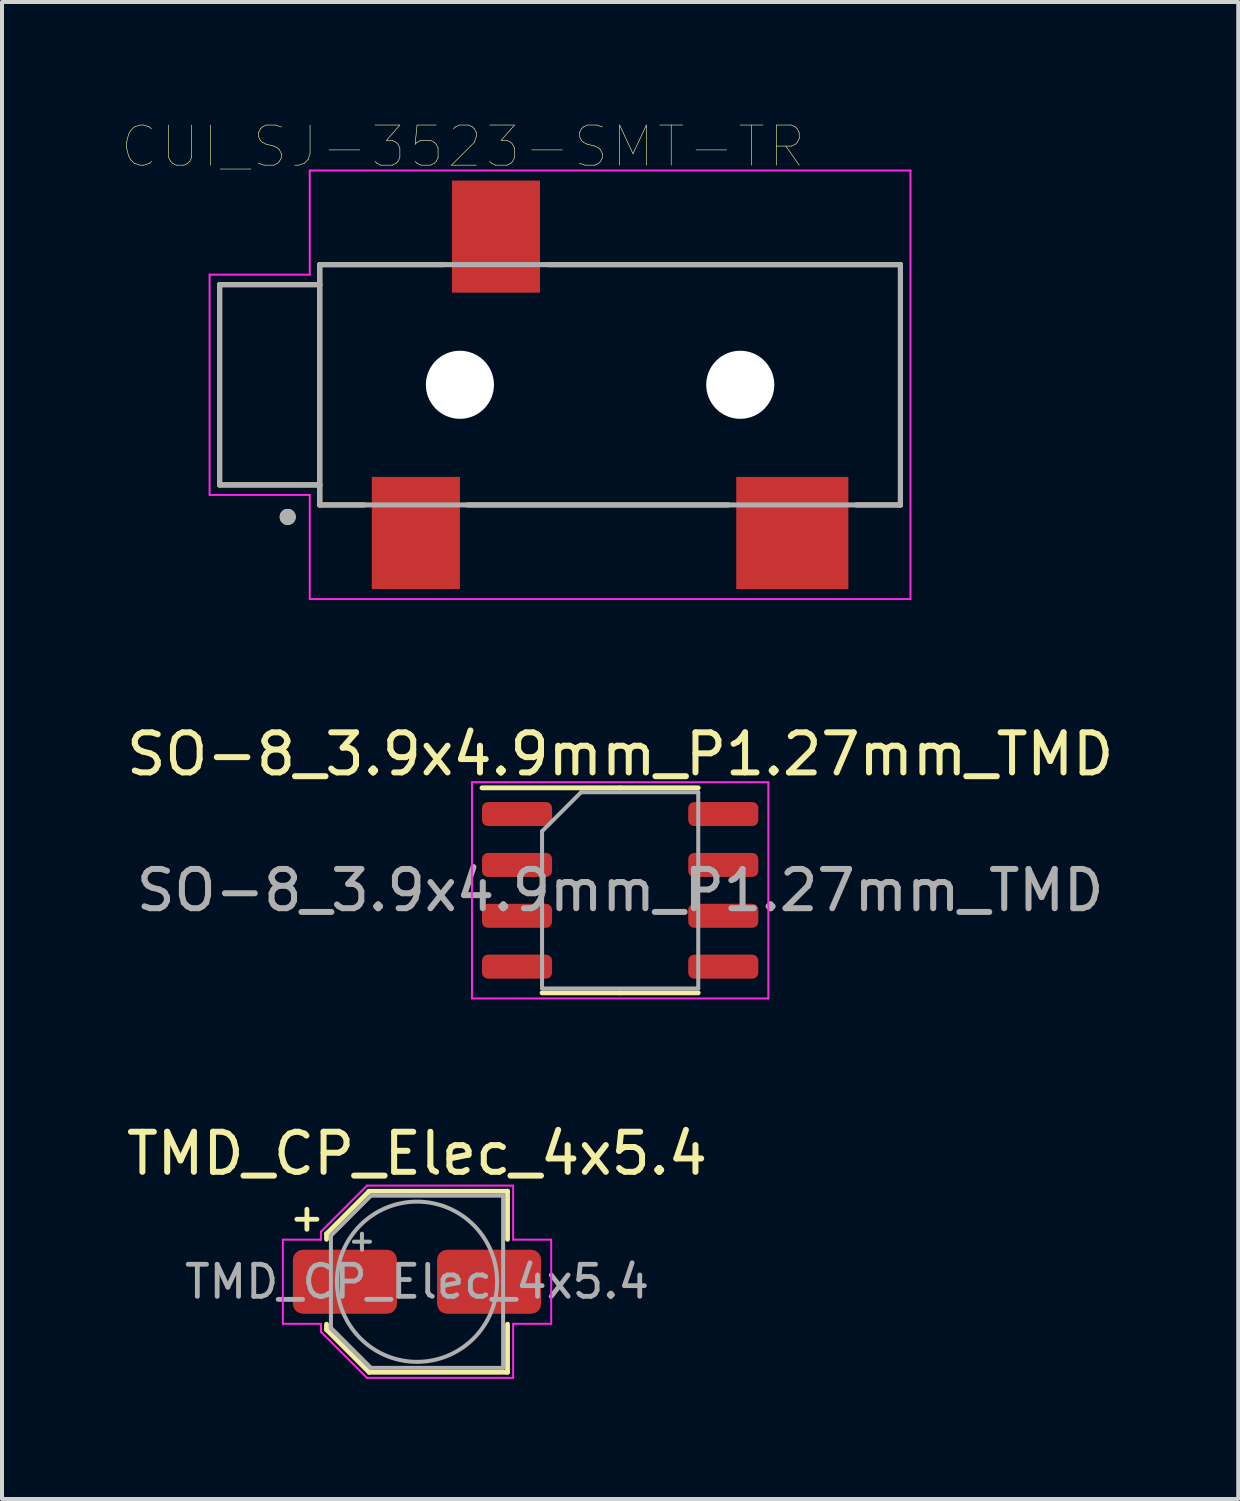
<source format=kicad_pcb>
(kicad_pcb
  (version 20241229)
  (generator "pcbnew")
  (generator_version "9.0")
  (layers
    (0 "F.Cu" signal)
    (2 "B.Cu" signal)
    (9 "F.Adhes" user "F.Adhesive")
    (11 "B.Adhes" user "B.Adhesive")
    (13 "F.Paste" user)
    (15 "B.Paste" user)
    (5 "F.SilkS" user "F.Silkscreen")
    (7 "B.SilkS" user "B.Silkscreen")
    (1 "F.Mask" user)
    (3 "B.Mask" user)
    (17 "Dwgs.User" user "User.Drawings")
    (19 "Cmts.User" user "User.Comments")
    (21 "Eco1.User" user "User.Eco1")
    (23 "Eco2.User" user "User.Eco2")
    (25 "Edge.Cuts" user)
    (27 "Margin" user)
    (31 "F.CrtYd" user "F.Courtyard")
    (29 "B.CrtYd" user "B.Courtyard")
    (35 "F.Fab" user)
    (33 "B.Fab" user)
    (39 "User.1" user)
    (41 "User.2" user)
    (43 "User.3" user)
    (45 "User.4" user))
  (footprint "CUI_SJ-3523-SMT-TR"
    (layer "F.Cu")
    (at 8.434 6.558)
    (property "Reference" "CUI_SJ-3523-SMT-TR" (at 0.075 -5.946 0) (layer "F.SilkS") (effects (font (size 1.002 1.002) (thickness 0.015))))
    (attr through_hole)
    (fp_line (start -6 -2.5) (end -6 2.5) (stroke (width 0.127) (type solid)) (layer "F.SilkS"))
    (fp_line (start -6 2.5) (end -3.5 2.5) (stroke (width 0.127) (type solid)) (layer "F.SilkS"))
    (fp_line (start -3.5 -3) (end -0.4 -3) (stroke (width 0.127) (type solid)) (layer "F.SilkS"))
    (fp_line (start -3.5 -2.5) (end -6 -2.5) (stroke (width 0.127) (type solid)) (layer "F.SilkS"))
    (fp_line (start -3.5 -2.5) (end -3.5 -3) (stroke (width 0.127) (type solid)) (layer "F.SilkS"))
    (fp_line (start -3.5 2.5) (end -3.5 -2.5) (stroke (width 0.127) (type solid)) (layer "F.SilkS"))
    (fp_line (start -3.5 3) (end -3.5 2.5) (stroke (width 0.127) (type solid)) (layer "F.SilkS"))
    (fp_line (start -3.5 3) (end -2.4 3) (stroke (width 0.127) (type solid)) (layer "F.SilkS"))
    (fp_line (start 0.2 3) (end 6.7 3) (stroke (width 0.127) (type solid)) (layer "F.SilkS"))
    (fp_line (start 2.2 -3) (end 11 -3) (stroke (width 0.127) (type solid)) (layer "F.SilkS"))
    (fp_line (start 9.9 3) (end 11 3) (stroke (width 0.127) (type solid)) (layer "F.SilkS"))
    (fp_line (start 11 -3) (end 11 3) (stroke (width 0.127) (type solid)) (layer "F.SilkS"))
    (fp_circle (center -4.3 3.3) (end -4.2 3.3) (stroke (width 0.2) (type solid)) (fill no) (layer "F.SilkS"))
    (fp_line (start -6.25 -2.75) (end -6.25 2.75) (stroke (width 0.05) (type solid)) (layer "F.CrtYd"))
    (fp_line (start -6.25 2.75) (end -3.75 2.75) (stroke (width 0.05) (type solid)) (layer "F.CrtYd"))
    (fp_line (start -3.75 -5.35) (end -3.75 -2.75) (stroke (width 0.05) (type solid)) (layer "F.CrtYd"))
    (fp_line (start -3.75 -5.35) (end 11.25 -5.35) (stroke (width 0.05) (type solid)) (layer "F.CrtYd"))
    (fp_line (start -3.75 -2.75) (end -6.25 -2.75) (stroke (width 0.05) (type solid)) (layer "F.CrtYd"))
    (fp_line (start -3.75 2.75) (end -3.75 5.35) (stroke (width 0.05) (type solid)) (layer "F.CrtYd"))
    (fp_line (start 11.25 -5.35) (end 11.25 5.35) (stroke (width 0.05) (type solid)) (layer "F.CrtYd"))
    (fp_line (start 11.25 5.35) (end -3.75 5.35) (stroke (width 0.05) (type solid)) (layer "F.CrtYd"))
    (fp_line (start -6 -2.5) (end -6 2.5) (stroke (width 0.127) (type solid)) (layer "F.Fab"))
    (fp_line (start -6 2.5) (end -3.5 2.5) (stroke (width 0.127) (type solid)) (layer "F.Fab"))
    (fp_line (start -3.5 -3) (end 11 -3) (stroke (width 0.127) (type solid)) (layer "F.Fab"))
    (fp_line (start -3.5 -2.5) (end -6 -2.5) (stroke (width 0.127) (type solid)) (layer "F.Fab"))
    (fp_line (start -3.5 3) (end -3.5 -3) (stroke (width 0.127) (type solid)) (layer "F.Fab"))
    (fp_line (start 11 -3) (end 11 3) (stroke (width 0.127) (type solid)) (layer "F.Fab"))
    (fp_line (start 11 3) (end -3.5 3) (stroke (width 0.127) (type solid)) (layer "F.Fab"))
    (fp_circle (center -4.3 3.3) (end -4.2 3.3) (stroke (width 0.2) (type solid)) (fill no) (layer "F.Fab"))
    (pad "" np_thru_hole circle (at 0 0) (size 1.7 1.7) (drill 1.7) (layers "*.Cu" "*.Mask"))
    (pad "" np_thru_hole circle (at 7 0) (size 1.7 1.7) (drill 1.7) (layers "*.Cu" "*.Mask"))
    (pad "1" smd rect (at -1.1 3.7) (size 2.2 2.8) (layers "F.Cu" "F.Mask" "F.Paste"))
    (pad "2" smd rect (at 8.3 3.7) (size 2.8 2.8) (layers "F.Cu" "F.Mask" "F.Paste"))
    (pad "3" smd rect (at 0.9 -3.7) (size 2.2 2.8) (layers "F.Cu" "F.Mask" "F.Paste")))
  (footprint "SO-8_3.9x4.9mm_P1.27mm_TMD"
    (layer "F.Cu")
    (at 12.435 19.182)
    (property "Reference" "SO-8_3.9x4.9mm_P1.27mm_TMD" (at 0 -3.4 0) (layer "F.SilkS") (effects (font (size 1 1) (thickness 0.15))))
    (attr smd)
    (fp_line (start 0 -2.56) (end -3.45 -2.56) (stroke (width 0.12) (type solid)) (layer "F.SilkS"))
    (fp_line (start 0 -2.56) (end 1.95 -2.56) (stroke (width 0.12) (type solid)) (layer "F.SilkS"))
    (fp_line (start 0 2.56) (end -1.95 2.56) (stroke (width 0.12) (type solid)) (layer "F.SilkS"))
    (fp_line (start 0 2.56) (end 1.95 2.56) (stroke (width 0.12) (type solid)) (layer "F.SilkS"))
    (fp_line (start -3.7 -2.7) (end -3.7 2.7) (stroke (width 0.05) (type solid)) (layer "F.CrtYd"))
    (fp_line (start -3.7 2.7) (end 3.7 2.7) (stroke (width 0.05) (type solid)) (layer "F.CrtYd"))
    (fp_line (start 3.7 -2.7) (end -3.7 -2.7) (stroke (width 0.05) (type solid)) (layer "F.CrtYd"))
    (fp_line (start 3.7 2.7) (end 3.7 -2.7) (stroke (width 0.05) (type solid)) (layer "F.CrtYd"))
    (fp_line (start -1.95 -1.475) (end -0.975 -2.45) (stroke (width 0.1) (type solid)) (layer "F.Fab"))
    (fp_line (start -1.95 2.45) (end -1.95 -1.475) (stroke (width 0.1) (type solid)) (layer "F.Fab"))
    (fp_line (start -0.975 -2.45) (end 1.95 -2.45) (stroke (width 0.1) (type solid)) (layer "F.Fab"))
    (fp_line (start 1.95 -2.45) (end 1.95 2.45) (stroke (width 0.1) (type solid)) (layer "F.Fab"))
    (fp_line (start 1.95 2.45) (end -1.95 2.45) (stroke (width 0.1) (type solid)) (layer "F.Fab"))
    (fp_text user "${REFERENCE}" (at 0 0 0) (layer "F.Fab") (effects (font (size 0.98 0.98) (thickness 0.15))))
    (pad "1" smd roundrect (at -2.575 -1.905) (size 1.75 0.6) (layers "F.Cu" "F.Mask" "F.Paste") (roundrect_rratio 0.25))
    (pad "2" smd roundrect (at -2.575 -0.635) (size 1.75 0.6) (layers "F.Cu" "F.Mask" "F.Paste") (roundrect_rratio 0.25))
    (pad "3" smd roundrect (at -2.575 0.635) (size 1.75 0.6) (layers "F.Cu" "F.Mask" "F.Paste") (roundrect_rratio 0.25))
    (pad "4" smd roundrect (at -2.575 1.905) (size 1.75 0.6) (layers "F.Cu" "F.Mask" "F.Paste") (roundrect_rratio 0.25))
    (pad "5" smd roundrect (at 2.575 1.905) (size 1.75 0.6) (layers "F.Cu" "F.Mask" "F.Paste") (roundrect_rratio 0.25))
    (pad "6" smd roundrect (at 2.575 0.635) (size 1.75 0.6) (layers "F.Cu" "F.Mask" "F.Paste") (roundrect_rratio 0.25))
    (pad "7" smd roundrect (at 2.575 -0.635) (size 1.75 0.6) (layers "F.Cu" "F.Mask" "F.Paste") (roundrect_rratio 0.25))
    (pad "8" smd roundrect (at 2.575 -1.905) (size 1.75 0.6) (layers "F.Cu" "F.Mask" "F.Paste") (roundrect_rratio 0.25)))
  (footprint "TMD_CP_Elec_4x5.4"
    (layer "F.Cu")
    (at 7.363 28.955)
    (property "Reference" "TMD_CP_Elec_4x5.4" (at 0 -3.2 0) (layer "F.SilkS") (effects (font (size 1 1) (thickness 0.15))))
    (attr smd)
    (fp_line (start -3 -1.56) (end -2.5 -1.56) (stroke (width 0.12) (type solid)) (layer "F.SilkS"))
    (fp_line (start -2.75 -1.81) (end -2.75 -1.31) (stroke (width 0.12) (type solid)) (layer "F.SilkS"))
    (fp_line (start -2.26 -1.196) (end -2.26 -1.06) (stroke (width 0.12) (type solid)) (layer "F.SilkS"))
    (fp_line (start -2.26 -1.196) (end -1.196 -2.26) (stroke (width 0.12) (type solid)) (layer "F.SilkS"))
    (fp_line (start -2.26 1.196) (end -2.26 1.06) (stroke (width 0.12) (type solid)) (layer "F.SilkS"))
    (fp_line (start -2.26 1.196) (end -1.196 2.26) (stroke (width 0.12) (type solid)) (layer "F.SilkS"))
    (fp_line (start -1.196 -2.26) (end 2.26 -2.26) (stroke (width 0.12) (type solid)) (layer "F.SilkS"))
    (fp_line (start -1.196 2.26) (end 2.26 2.26) (stroke (width 0.12) (type solid)) (layer "F.SilkS"))
    (fp_line (start 2.26 -2.26) (end 2.26 -1.06) (stroke (width 0.12) (type solid)) (layer "F.SilkS"))
    (fp_line (start 2.26 2.26) (end 2.26 1.06) (stroke (width 0.12) (type solid)) (layer "F.SilkS"))
    (fp_line (start -3.35 -1.05) (end -3.35 1.05) (stroke (width 0.05) (type solid)) (layer "F.CrtYd"))
    (fp_line (start -3.35 1.05) (end -2.4 1.05) (stroke (width 0.05) (type solid)) (layer "F.CrtYd"))
    (fp_line (start -2.4 -1.25) (end -2.4 -1.05) (stroke (width 0.05) (type solid)) (layer "F.CrtYd"))
    (fp_line (start -2.4 -1.25) (end -1.25 -2.4) (stroke (width 0.05) (type solid)) (layer "F.CrtYd"))
    (fp_line (start -2.4 -1.05) (end -3.35 -1.05) (stroke (width 0.05) (type solid)) (layer "F.CrtYd"))
    (fp_line (start -2.4 1.05) (end -2.4 1.25) (stroke (width 0.05) (type solid)) (layer "F.CrtYd"))
    (fp_line (start -2.4 1.25) (end -1.25 2.4) (stroke (width 0.05) (type solid)) (layer "F.CrtYd"))
    (fp_line (start -1.25 -2.4) (end 2.4 -2.4) (stroke (width 0.05) (type solid)) (layer "F.CrtYd"))
    (fp_line (start -1.25 2.4) (end 2.4 2.4) (stroke (width 0.05) (type solid)) (layer "F.CrtYd"))
    (fp_line (start 2.4 -2.4) (end 2.4 -1.05) (stroke (width 0.05) (type solid)) (layer "F.CrtYd"))
    (fp_line (start 2.4 -1.05) (end 3.35 -1.05) (stroke (width 0.05) (type solid)) (layer "F.CrtYd"))
    (fp_line (start 2.4 1.05) (end 2.4 2.4) (stroke (width 0.05) (type solid)) (layer "F.CrtYd"))
    (fp_line (start 3.35 -1.05) (end 3.35 1.05) (stroke (width 0.05) (type solid)) (layer "F.CrtYd"))
    (fp_line (start 3.35 1.05) (end 2.4 1.05) (stroke (width 0.05) (type solid)) (layer "F.CrtYd"))
    (fp_line (start -2.15 -1.15) (end -2.15 1.15) (stroke (width 0.1) (type solid)) (layer "F.Fab"))
    (fp_line (start -2.15 -1.15) (end -1.15 -2.15) (stroke (width 0.1) (type solid)) (layer "F.Fab"))
    (fp_line (start -2.15 1.15) (end -1.15 2.15) (stroke (width 0.1) (type solid)) (layer "F.Fab"))
    (fp_line (start -1.575 -1) (end -1.175 -1) (stroke (width 0.1) (type solid)) (layer "F.Fab"))
    (fp_line (start -1.375 -1.2) (end -1.375 -0.8) (stroke (width 0.1) (type solid)) (layer "F.Fab"))
    (fp_line (start -1.15 -2.15) (end 2.15 -2.15) (stroke (width 0.1) (type solid)) (layer "F.Fab"))
    (fp_line (start -1.15 2.15) (end 2.15 2.15) (stroke (width 0.1) (type solid)) (layer "F.Fab"))
    (fp_line (start 2.15 -2.15) (end 2.15 2.15) (stroke (width 0.1) (type solid)) (layer "F.Fab"))
    (fp_circle (center 0 0) (end 2 0) (stroke (width 0.1) (type solid)) (fill no) (layer "F.Fab"))
    (fp_text user "${REFERENCE}" (at 0 0 0) (layer "F.Fab") (effects (font (size 0.8 0.8) (thickness 0.12))))
    (pad "1" smd roundrect (at -1.8 0) (size 2.6 1.6) (layers "F.Cu" "F.Mask" "F.Paste") (roundrect_rratio 0.156))
    (pad "2" smd roundrect (at 1.8 0) (size 2.6 1.6) (layers "F.Cu" "F.Mask" "F.Paste") (roundrect_rratio 0.156)))
  (gr_rect
    (start -3 -3)
    (end 27.869 34.38)
    (stroke (width 0.1) (type default))
    (fill no)
    (layer "Edge.Cuts")))
</source>
